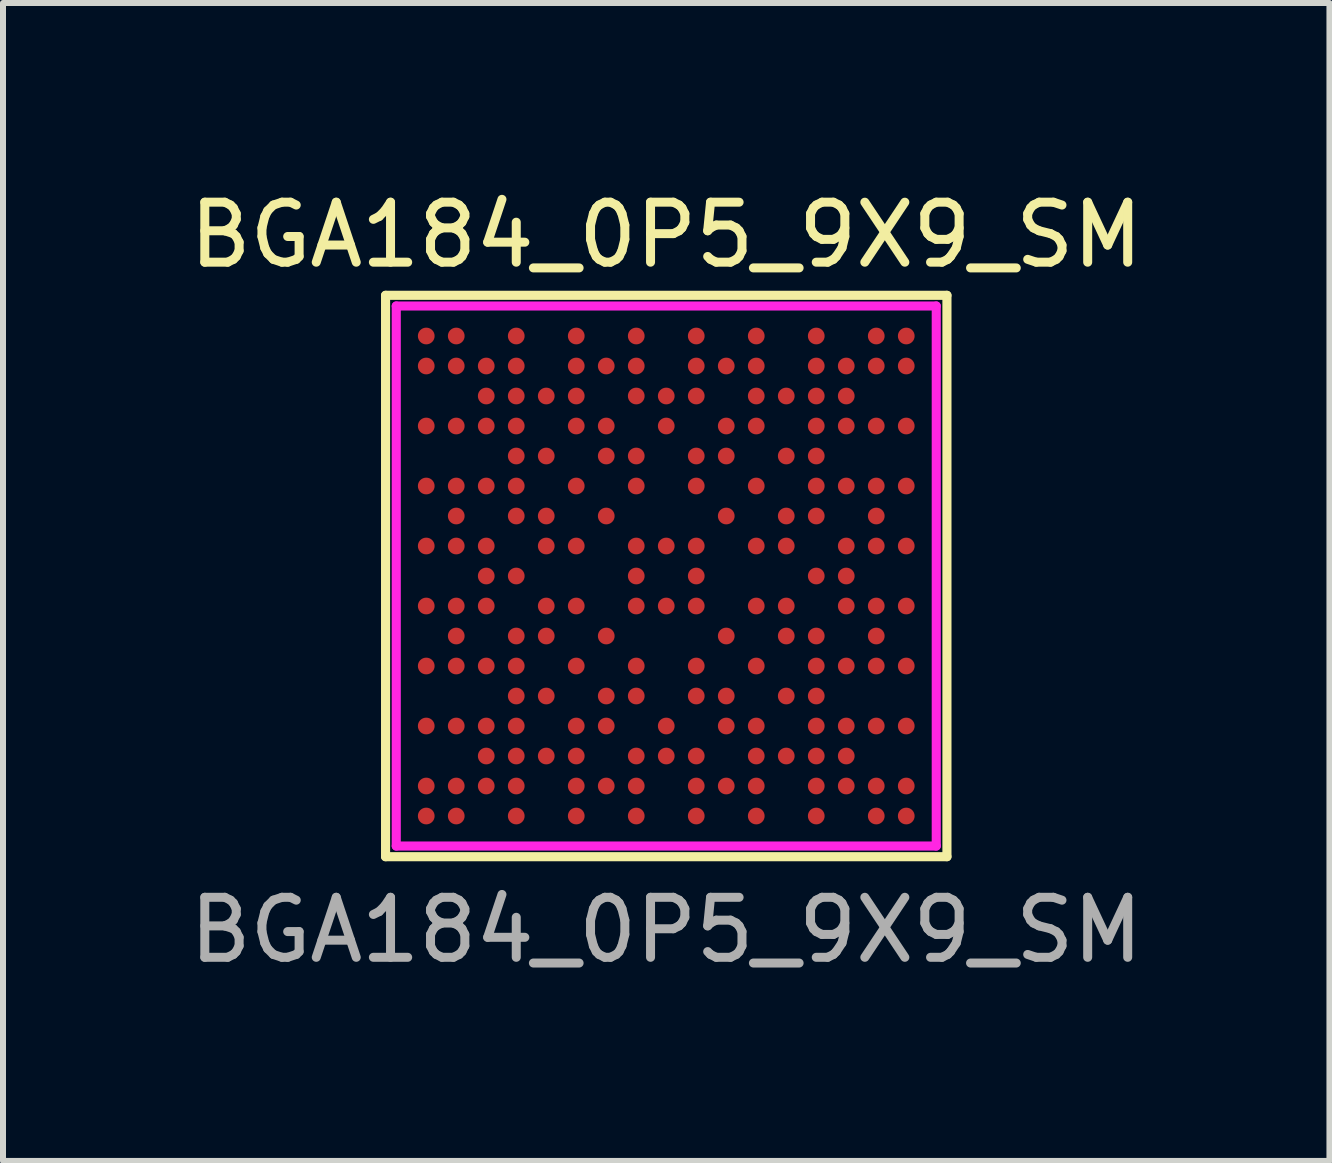
<source format=kicad_pcb>
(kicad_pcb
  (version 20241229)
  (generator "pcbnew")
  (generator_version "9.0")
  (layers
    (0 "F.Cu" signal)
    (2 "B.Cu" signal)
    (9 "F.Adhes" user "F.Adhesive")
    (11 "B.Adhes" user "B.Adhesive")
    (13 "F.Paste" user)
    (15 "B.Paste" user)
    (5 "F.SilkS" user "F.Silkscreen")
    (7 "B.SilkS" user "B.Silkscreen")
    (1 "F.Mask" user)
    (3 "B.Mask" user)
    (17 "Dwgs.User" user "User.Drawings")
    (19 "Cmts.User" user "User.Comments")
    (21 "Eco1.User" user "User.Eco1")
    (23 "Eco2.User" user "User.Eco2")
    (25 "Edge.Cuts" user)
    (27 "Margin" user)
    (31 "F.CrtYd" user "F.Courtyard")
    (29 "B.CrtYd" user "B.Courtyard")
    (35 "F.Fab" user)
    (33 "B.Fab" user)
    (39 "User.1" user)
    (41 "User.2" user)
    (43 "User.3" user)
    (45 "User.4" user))
  (footprint "BGA184_0P5_9X9_SM"
    (layer "F.Cu")
    (at 8.054 6.55)
    (property "Reference" "BGA184_0P5_9X9_SM" (at 0 -5.1 0) (unlocked yes) (layer "F.SilkS") (effects (font (size 1 1) (thickness 0.15)) (justify bottom)))
    (fp_line (start -4.678 -4.678) (end 4.678 -4.678) (stroke (width 0.152) (type solid)) (layer "F.SilkS"))
    (fp_line (start -4.678 4.678) (end -4.678 -4.678) (stroke (width 0.152) (type solid)) (layer "F.SilkS"))
    (fp_line (start -4.678 4.678) (end 4.678 4.678) (stroke (width 0.152) (type solid)) (layer "F.SilkS"))
    (fp_line (start 4.678 4.678) (end 4.678 -4.678) (stroke (width 0.152) (type solid)) (layer "F.SilkS"))
    (fp_line (start -4.5 -4.5) (end 4.5 -4.5) (stroke (width 0.152) (type solid)) (layer "Eco1.User"))
    (fp_line (start -4.5 4.5) (end -4.5 -4.5) (stroke (width 0.152) (type solid)) (layer "Eco1.User"))
    (fp_line (start -4.5 4.5) (end 4.5 4.5) (stroke (width 0.152) (type solid)) (layer "Eco1.User"))
    (fp_line (start 4.5 4.5) (end 4.5 -4.5) (stroke (width 0.152) (type solid)) (layer "Eco1.User"))
    (fp_line (start -4.5 -4.5) (end 4.5 -4.5) (stroke (width 0.152) (type solid)) (layer "F.CrtYd"))
    (fp_line (start -4.5 4.5) (end -4.5 -4.5) (stroke (width 0.152) (type solid)) (layer "F.CrtYd"))
    (fp_line (start -4.5 4.5) (end 4.5 4.5) (stroke (width 0.152) (type solid)) (layer "F.CrtYd"))
    (fp_line (start 4.5 4.5) (end 4.5 -4.5) (stroke (width 0.152) (type solid)) (layer "F.CrtYd"))
    (fp_line (start -4.5 4.5) (end 4.5 4.5) (stroke (width 0.025) (type solid)) (layer "User.5"))
    (fp_line (start -4.5 -4.5) (end 4.5 -4.5) (stroke (width 0.025) (type solid)) (layer "User.7"))
    (fp_line (start -4.5 4.5) (end -4.5 -4.5) (stroke (width 0.025) (type solid)) (layer "User.7"))
    (fp_line (start -4.5 4.5) (end 4.5 4.5) (stroke (width 0.025) (type solid)) (layer "User.7"))
    (fp_line (start 4.5 4.5) (end 4.5 -4.5) (stroke (width 0.025) (type solid)) (layer "User.7"))
    (fp_line (start -0.254 0) (end 0.254 0) (stroke (width 0.025) (type solid)) (layer "User.9"))
    (fp_line (start 0 0.254) (end 0 -0.254) (stroke (width 0.025) (type solid)) (layer "User.9"))
    (fp_text user "T8" (at -0.703 3.5 0) (unlocked yes) (layer "Eco1.User") (effects (font (size 0.254 0.254) (thickness 0.025)) (justify left bottom)))
    (fp_text user "K6" (at -1.703 0.5 0) (unlocked yes) (layer "Eco1.User") (effects (font (size 0.254 0.254) (thickness 0.025)) (justify left bottom)))
    (fp_text user "C6" (at -1.703 -3 0) (unlocked yes) (layer "Eco1.User") (effects (font (size 0.254 0.254) (thickness 0.025)) (justify left bottom)))
    (fp_text user "U2" (at -3.703 4 0) (unlocked yes) (layer "Eco1.User") (effects (font (size 0.254 0.254) (thickness 0.025)) (justify left bottom)))
    (fp_text user "U17" (at 3.695 4 0) (unlocked yes) (layer "Eco1.User") (effects (font (size 0.254 0.254) (thickness 0.025)) (justify left bottom)))
    (fp_text user "T7" (at -1.203 3.5 0) (unlocked yes) (layer "Eco1.User") (effects (font (size 0.254 0.254) (thickness 0.025)) (justify left bottom)))
    (fp_text user "E5" (at -2.203 -2 0) (unlocked yes) (layer "Eco1.User") (effects (font (size 0.254 0.254) (thickness 0.025)) (justify left bottom)))
    (fp_text user "B1" (at -4.203 -3.5 0) (unlocked yes) (layer "Eco1.User") (effects (font (size 0.254 0.254) (thickness 0.025)) (justify left bottom)))
    (fp_text user "K5" (at -2.203 0.5 0) (unlocked yes) (layer "Eco1.User") (effects (font (size 0.254 0.254) (thickness 0.025)) (justify left bottom)))
    (fp_text user "C13" (at 1.695 -3 0) (unlocked yes) (layer "Eco1.User") (effects (font (size 0.254 0.254) (thickness 0.025)) (justify left bottom)))
    (fp_text user "B8" (at -0.703 -3.5 0) (unlocked yes) (layer "Eco1.User") (effects (font (size 0.254 0.254) (thickness 0.025)) (justify left bottom)))
    (fp_text user "P1" (at -4.203 2.5 0) (unlocked yes) (layer "Eco1.User") (effects (font (size 0.254 0.254) (thickness 0.025)) (justify left bottom)))
    (fp_text user "B7" (at -1.203 -3.5 0) (unlocked yes) (layer "Eco1.User") (effects (font (size 0.254 0.254) (thickness 0.025)) (justify left bottom)))
    (fp_text user "T1" (at -4.203 3.5 0) (unlocked yes) (layer "Eco1.User") (effects (font (size 0.254 0.254) (thickness 0.025)) (justify left bottom)))
    (fp_text user "J15" (at 2.695 0 0) (unlocked yes) (layer "Eco1.User") (effects (font (size 0.254 0.254) (thickness 0.025)) (justify left bottom)))
    (fp_text user "L11" (at 0.695 1 0) (unlocked yes) (layer "Eco1.User") (effects (font (size 0.254 0.254) (thickness 0.025)) (justify left bottom)))
    (fp_text user "N11" (at 0.695 2 0) (unlocked yes) (layer "Eco1.User") (effects (font (size 0.254 0.254) (thickness 0.025)) (justify left bottom)))
    (fp_text user "B14" (at 2.195 -3.5 0) (unlocked yes) (layer "Eco1.User") (effects (font (size 0.254 0.254) (thickness 0.025)) (justify left bottom)))
    (fp_text user "G14" (at 2.195 -1 0) (unlocked yes) (layer "Eco1.User") (effects (font (size 0.254 0.254) (thickness 0.025)) (justify left bottom)))
    (fp_text user "T14" (at 2.195 3.5 0) (unlocked yes) (layer "Eco1.User") (effects (font (size 0.254 0.254) (thickness 0.025)) (justify left bottom)))
    (fp_text user "F1" (at -4.203 -1.5 0) (unlocked yes) (layer "Eco1.User") (effects (font (size 0.254 0.254) (thickness 0.025)) (justify left bottom)))
    (fp_text user "F2" (at -3.703 -1.5 0) (unlocked yes) (layer "Eco1.User") (effects (font (size 0.254 0.254) (thickness 0.025)) (justify left bottom)))
    (fp_text user "K2" (at -3.703 0.5 0) (unlocked yes) (layer "Eco1.User") (effects (font (size 0.254 0.254) (thickness 0.025)) (justify left bottom)))
    (fp_text user "H9" (at -0.203 -0.5 0) (unlocked yes) (layer "Eco1.User") (effects (font (size 0.254 0.254) (thickness 0.025)) (justify left bottom)))
    (fp_text user "N10" (at 0.195 2 0) (unlocked yes) (layer "Eco1.User") (effects (font (size 0.254 0.254) (thickness 0.025)) (justify left bottom)))
    (fp_text user "C12" (at 1.195 -3 0) (unlocked yes) (layer "Eco1.User") (effects (font (size 0.254 0.254) (thickness 0.025)) (justify left bottom)))
    (fp_text user "H13" (at 1.695 -0.5 0) (unlocked yes) (layer "Eco1.User") (effects (font (size 0.254 0.254) (thickness 0.025)) (justify left bottom)))
    (fp_text user "H15" (at 2.695 -0.5 0) (unlocked yes) (layer "Eco1.User") (effects (font (size 0.254 0.254) (thickness 0.025)) (justify left bottom)))
    (fp_text user "R13" (at 1.695 3 0) (unlocked yes) (layer "Eco1.User") (effects (font (size 0.254 0.254) (thickness 0.025)) (justify left bottom)))
    (fp_text user "H10" (at 0.195 -0.5 0) (unlocked yes) (layer "Eco1.User") (effects (font (size 0.254 0.254) (thickness 0.025)) (justify left bottom)))
    (fp_text user "E11" (at 0.695 -2 0) (unlocked yes) (layer "Eco1.User") (effects (font (size 0.254 0.254) (thickness 0.025)) (justify left bottom)))
    (fp_text user "D1" (at -4.203 -2.5 0) (unlocked yes) (layer "Eco1.User") (effects (font (size 0.254 0.254) (thickness 0.025)) (justify left bottom)))
    (fp_text user "R15" (at 2.695 3 0) (unlocked yes) (layer "Eco1.User") (effects (font (size 0.254 0.254) (thickness 0.025)) (justify left bottom)))
    (fp_text user "G2" (at -3.703 -1 0) (unlocked yes) (layer "Eco1.User") (effects (font (size 0.254 0.254) (thickness 0.025)) (justify left bottom)))
    (fp_text user "G4" (at -2.703 -1 0) (unlocked yes) (layer "Eco1.User") (effects (font (size 0.254 0.254) (thickness 0.025)) (justify left bottom)))
    (fp_text user "C8" (at -0.703 -3 0) (unlocked yes) (layer "Eco1.User") (effects (font (size 0.254 0.254) (thickness 0.025)) (justify left bottom)))
    (fp_text user "K1" (at -4.203 0.5 0) (unlocked yes) (layer "Eco1.User") (effects (font (size 0.254 0.254) (thickness 0.025)) (justify left bottom)))
    (fp_text user "E7" (at -1.203 -2 0) (unlocked yes) (layer "Eco1.User") (effects (font (size 0.254 0.254) (thickness 0.025)) (justify left bottom)))
    (fp_text user "K3" (at -3.203 0.5 0) (unlocked yes) (layer "Eco1.User") (effects (font (size 0.254 0.254) (thickness 0.025)) (justify left bottom)))
    (fp_text user "P4" (at -2.703 2.5 0) (unlocked yes) (layer "Eco1.User") (effects (font (size 0.254 0.254) (thickness 0.025)) (justify left bottom)))
    (fp_text user "D2" (at -3.703 -2.5 0) (unlocked yes) (layer "Eco1.User") (effects (font (size 0.254 0.254) (thickness 0.025)) (justify left bottom)))
    (fp_text user "B16" (at 3.195 -3.5 0) (unlocked yes) (layer "Eco1.User") (effects (font (size 0.254 0.254) (thickness 0.025)) (justify left bottom)))
    (fp_text user "A17" (at 3.695 -4 0) (unlocked yes) (layer "Eco1.User") (effects (font (size 0.254 0.254) (thickness 0.025)) (justify left bottom)))
    (fp_text user "R6" (at -1.703 3 0) (unlocked yes) (layer "Eco1.User") (effects (font (size 0.254 0.254) (thickness 0.025)) (justify left bottom)))
    (fp_text user "F10" (at 0.195 -1.5 0) (unlocked yes) (layer "Eco1.User") (effects (font (size 0.254 0.254) (thickness 0.025)) (justify left bottom)))
    (fp_text user "M8" (at -0.703 1.5 0) (unlocked yes) (layer "Eco1.User") (effects (font (size 0.254 0.254) (thickness 0.025)) (justify left bottom)))
    (fp_text user "B15" (at 2.695 -3.5 0) (unlocked yes) (layer "Eco1.User") (effects (font (size 0.254 0.254) (thickness 0.025)) (justify left bottom)))
    (fp_text user "B10" (at 0.195 -3.5 0) (unlocked yes) (layer "Eco1.User") (effects (font (size 0.254 0.254) (thickness 0.025)) (justify left bottom)))
    (fp_text user "K9" (at -0.203 0.5 0) (unlocked yes) (layer "Eco1.User") (effects (font (size 0.254 0.254) (thickness 0.025)) (justify left bottom)))
    (fp_text user "N4" (at -2.703 2 0) (unlocked yes) (layer "Eco1.User") (effects (font (size 0.254 0.254) (thickness 0.025)) (justify left bottom)))
    (fp_text user "F14" (at 2.195 -1.5 0) (unlocked yes) (layer "Eco1.User") (effects (font (size 0.254 0.254) (thickness 0.025)) (justify left bottom)))
    (fp_text user "L4" (at -2.703 1 0) (unlocked yes) (layer "Eco1.User") (effects (font (size 0.254 0.254) (thickness 0.025)) (justify left bottom)))
    (fp_text user "J10" (at 0.195 0 0) (unlocked yes) (layer "Eco1.User") (effects (font (size 0.254 0.254) (thickness 0.025)) (justify left bottom)))
    (fp_text user "D7" (at -1.203 -2.5 0) (unlocked yes) (layer "Eco1.User") (effects (font (size 0.254 0.254) (thickness 0.025)) (justify left bottom)))
    (fp_text user "H3" (at -3.203 -0.5 0) (unlocked yes) (layer "Eco1.User") (effects (font (size 0.254 0.254) (thickness 0.025)) (justify left bottom)))
    (fp_text user "A6" (at -1.703 -4 0) (unlocked yes) (layer "Eco1.User") (effects (font (size 0.254 0.254) (thickness 0.025)) (justify left bottom)))
    (fp_text user "T10" (at 0.195 3.5 0) (unlocked yes) (layer "Eco1.User") (effects (font (size 0.254 0.254) (thickness 0.025)) (justify left bottom)))
    (fp_text user "U10" (at 0.195 4 0) (unlocked yes) (layer "Eco1.User") (effects (font (size 0.254 0.254) (thickness 0.025)) (justify left bottom)))
    (fp_text user "M17" (at 3.695 1.5 0) (unlocked yes) (layer "Eco1.User") (effects (font (size 0.254 0.254) (thickness 0.025)) (justify left bottom)))
    (fp_text user "D6" (at -1.703 -2.5 0) (unlocked yes) (layer "Eco1.User") (effects (font (size 0.254 0.254) (thickness 0.025)) (justify left bottom)))
    (fp_text user "A4" (at -2.703 -4 0) (unlocked yes) (layer "Eco1.User") (effects (font (size 0.254 0.254) (thickness 0.025)) (justify left bottom)))
    (fp_text user "E14" (at 2.195 -2 0) (unlocked yes) (layer "Eco1.User") (effects (font (size 0.254 0.254) (thickness 0.025)) (justify left bottom)))
    (fp_text user "C9" (at -0.203 -3 0) (unlocked yes) (layer "Eco1.User") (effects (font (size 0.254 0.254) (thickness 0.025)) (justify left bottom)))
    (fp_text user "M3" (at -3.203 1.5 0) (unlocked yes) (layer "Eco1.User") (effects (font (size 0.254 0.254) (thickness 0.025)) (justify left bottom)))
    (fp_text user "N14" (at 2.195 2 0) (unlocked yes) (layer "Eco1.User") (effects (font (size 0.254 0.254) (thickness 0.025)) (justify left bottom)))
    (fp_text user "C10" (at 0.195 -3 0) (unlocked yes) (layer "Eco1.User") (effects (font (size 0.254 0.254) (thickness 0.025)) (justify left bottom)))
    (fp_text user "J3" (at -3.203 0 0) (unlocked yes) (layer "Eco1.User") (effects (font (size 0.254 0.254) (thickness 0.025)) (justify left bottom)))
    (fp_text user "T12" (at 1.195 3.5 0) (unlocked yes) (layer "Eco1.User") (effects (font (size 0.254 0.254) (thickness 0.025)) (justify left bottom)))
    (fp_text user "P11" (at 0.695 2.5 0) (unlocked yes) (layer "Eco1.User") (effects (font (size 0.254 0.254) (thickness 0.025)) (justify left bottom)))
    (fp_text user "F12" (at 1.195 -1.5 0) (unlocked yes) (layer "Eco1.User") (effects (font (size 0.254 0.254) (thickness 0.025)) (justify left bottom)))
    (fp_text user "H1" (at -4.203 -0.5 0) (unlocked yes) (layer "Eco1.User") (effects (font (size 0.254 0.254) (thickness 0.025)) (justify left bottom)))
    (fp_text user "K16" (at 3.195 0.5 0) (unlocked yes) (layer "Eco1.User") (effects (font (size 0.254 0.254) (thickness 0.025)) (justify left bottom)))
    (fp_text user "T11" (at 0.695 3.5 0) (unlocked yes) (layer "Eco1.User") (effects (font (size 0.254 0.254) (thickness 0.025)) (justify left bottom)))
    (fp_text user "P14" (at 2.195 2.5 0) (unlocked yes) (layer "Eco1.User") (effects (font (size 0.254 0.254) (thickness 0.025)) (justify left bottom)))
    (fp_text user "F4" (at -2.703 -1.5 0) (unlocked yes) (layer "Eco1.User") (effects (font (size 0.254 0.254) (thickness 0.025)) (justify left bottom)))
    (fp_text user "T15" (at 2.695 3.5 0) (unlocked yes) (layer "Eco1.User") (effects (font (size 0.254 0.254) (thickness 0.025)) (justify left bottom)))
    (fp_text user "T17" (at 3.695 3.5 0) (unlocked yes) (layer "Eco1.User") (effects (font (size 0.254 0.254) (thickness 0.025)) (justify left bottom)))
    (fp_text user "A8" (at -0.703 -4 0) (unlocked yes) (layer "Eco1.User") (effects (font (size 0.254 0.254) (thickness 0.025)) (justify left bottom)))
    (fp_text user "P6" (at -1.703 2.5 0) (unlocked yes) (layer "Eco1.User") (effects (font (size 0.254 0.254) (thickness 0.025)) (justify left bottom)))
    (fp_text user "U6" (at -1.703 4 0) (unlocked yes) (layer "Eco1.User") (effects (font (size 0.254 0.254) (thickness 0.025)) (justify left bottom)))
    (fp_text user "M15" (at 2.695 1.5 0) (unlocked yes) (layer "Eco1.User") (effects (font (size 0.254 0.254) (thickness 0.025)) (justify left bottom)))
    (fp_text user "R4" (at -2.703 3 0) (unlocked yes) (layer "Eco1.User") (effects (font (size 0.254 0.254) (thickness 0.025)) (justify left bottom)))
    (fp_text user "U14" (at 2.195 4 0) (unlocked yes) (layer "Eco1.User") (effects (font (size 0.254 0.254) (thickness 0.025)) (justify left bottom)))
    (fp_text user "H2" (at -3.703 -0.5 0) (unlocked yes) (layer "Eco1.User") (effects (font (size 0.254 0.254) (thickness 0.025)) (justify left bottom)))
    (fp_text user "D11" (at 0.695 -2.5 0) (unlocked yes) (layer "Eco1.User") (effects (font (size 0.254 0.254) (thickness 0.025)) (justify left bottom)))
    (fp_text user "T3" (at -3.203 3.5 0) (unlocked yes) (layer "Eco1.User") (effects (font (size 0.254 0.254) (thickness 0.025)) (justify left bottom)))
    (fp_text user "F6" (at -1.703 -1.5 0) (unlocked yes) (layer "Eco1.User") (effects (font (size 0.254 0.254) (thickness 0.025)) (justify left bottom)))
    (fp_text user "G13" (at 1.695 -1 0) (unlocked yes) (layer "Eco1.User") (effects (font (size 0.254 0.254) (thickness 0.025)) (justify left bottom)))
    (fp_text user "M10" (at 0.195 1.5 0) (unlocked yes) (layer "Eco1.User") (effects (font (size 0.254 0.254) (thickness 0.025)) (justify left bottom)))
    (fp_text user "C14" (at 2.195 -3 0) (unlocked yes) (layer "Eco1.User") (effects (font (size 0.254 0.254) (thickness 0.025)) (justify left bottom)))
    (fp_text user "R3" (at -3.203 3 0) (unlocked yes) (layer "Eco1.User") (effects (font (size 0.254 0.254) (thickness 0.025)) (justify left bottom)))
    (fp_text user "K12" (at 1.195 0.5 0) (unlocked yes) (layer "Eco1.User") (effects (font (size 0.254 0.254) (thickness 0.025)) (justify left bottom)))
    (fp_text user "A1" (at -4.203 -4 0) (unlocked yes) (layer "Eco1.User") (effects (font (size 0.254 0.254) (thickness 0.025)) (justify left bottom)))
    (fp_text user "K10" (at 0.195 0.5 0) (unlocked yes) (layer "Eco1.User") (effects (font (size 0.254 0.254) (thickness 0.025)) (justify left bottom)))
    (fp_text user "H12" (at 1.195 -0.5 0) (unlocked yes) (layer "Eco1.User") (effects (font (size 0.254 0.254) (thickness 0.025)) (justify left bottom)))
    (fp_text user "E8" (at -0.703 -2 0) (unlocked yes) (layer "Eco1.User") (effects (font (size 0.254 0.254) (thickness 0.025)) (justify left bottom)))
    (fp_text user "D15" (at 2.695 -2.5 0) (unlocked yes) (layer "Eco1.User") (effects (font (size 0.254 0.254) (thickness 0.025)) (justify left bottom)))
    (fp_text user "E4" (at -2.703 -2 0) (unlocked yes) (layer "Eco1.User") (effects (font (size 0.254 0.254) (thickness 0.025)) (justify left bottom)))
    (fp_text user "C3" (at -3.203 -3 0) (unlocked yes) (layer "Eco1.User") (effects (font (size 0.254 0.254) (thickness 0.025)) (justify left bottom)))
    (fp_text user "N5" (at -2.203 2 0) (unlocked yes) (layer "Eco1.User") (effects (font (size 0.254 0.254) (thickness 0.025)) (justify left bottom)))
    (fp_text user "K15" (at 2.695 0.5 0) (unlocked yes) (layer "Eco1.User") (effects (font (size 0.254 0.254) (thickness 0.025)) (justify left bottom)))
    (fp_text user "F17" (at 3.695 -1.5 0) (unlocked yes) (layer "Eco1.User") (effects (font (size 0.254 0.254) (thickness 0.025)) (justify left bottom)))
    (fp_text user "C5" (at -2.203 -3 0) (unlocked yes) (layer "Eco1.User") (effects (font (size 0.254 0.254) (thickness 0.025)) (justify left bottom)))
    (fp_text user "G16" (at 3.195 -1 0) (unlocked yes) (layer "Eco1.User") (effects (font (size 0.254 0.254) (thickness 0.025)) (justify left bottom)))
    (fp_text user "F8" (at -0.703 -1.5 0) (unlocked yes) (layer "Eco1.User") (effects (font (size 0.254 0.254) (thickness 0.025)) (justify left bottom)))
    (fp_text user "T2" (at -3.703 3.5 0) (unlocked yes) (layer "Eco1.User") (effects (font (size 0.254 0.254) (thickness 0.025)) (justify left bottom)))
    (fp_text user "M2" (at -3.703 1.5 0) (unlocked yes) (layer "Eco1.User") (effects (font (size 0.254 0.254) (thickness 0.025)) (justify left bottom)))
    (fp_text user "M6" (at -1.703 1.5 0) (unlocked yes) (layer "Eco1.User") (effects (font (size 0.254 0.254) (thickness 0.025)) (justify left bottom)))
    (fp_text user "A12" (at 1.195 -4 0) (unlocked yes) (layer "Eco1.User") (effects (font (size 0.254 0.254) (thickness 0.025)) (justify left bottom)))
    (fp_text user "H6" (at -1.703 -0.5 0) (unlocked yes) (layer "Eco1.User") (effects (font (size 0.254 0.254) (thickness 0.025)) (justify left bottom)))
    (fp_text user "B6" (at -1.703 -3.5 0) (unlocked yes) (layer "Eco1.User") (effects (font (size 0.254 0.254) (thickness 0.025)) (justify left bottom)))
    (fp_text user "D12" (at 1.195 -2.5 0) (unlocked yes) (layer "Eco1.User") (effects (font (size 0.254 0.254) (thickness 0.025)) (justify left bottom)))
    (fp_text user "D4" (at -2.703 -2.5 0) (unlocked yes) (layer "Eco1.User") (effects (font (size 0.254 0.254) (thickness 0.025)) (justify left bottom)))
    (fp_text user "M16" (at 3.195 1.5 0) (unlocked yes) (layer "Eco1.User") (effects (font (size 0.254 0.254) (thickness 0.025)) (justify left bottom)))
    (fp_text user "N13" (at 1.695 2 0) (unlocked yes) (layer "Eco1.User") (effects (font (size 0.254 0.254) (thickness 0.025)) (justify left bottom)))
    (fp_text user "B3" (at -3.203 -3.5 0) (unlocked yes) (layer "Eco1.User") (effects (font (size 0.254 0.254) (thickness 0.025)) (justify left bottom)))
    (fp_text user "H5" (at -2.203 -0.5 0) (unlocked yes) (layer "Eco1.User") (effects (font (size 0.254 0.254) (thickness 0.025)) (justify left bottom)))
    (fp_text user "U16" (at 3.195 4 0) (unlocked yes) (layer "Eco1.User") (effects (font (size 0.254 0.254) (thickness 0.025)) (justify left bottom)))
    (fp_text user "U12" (at 1.195 4 0) (unlocked yes) (layer "Eco1.User") (effects (font (size 0.254 0.254) (thickness 0.025)) (justify left bottom)))
    (fp_text user "P17" (at 3.695 2.5 0) (unlocked yes) (layer "Eco1.User") (effects (font (size 0.254 0.254) (thickness 0.025)) (justify left bottom)))
    (fp_text user "D17" (at 3.695 -2.5 0) (unlocked yes) (layer "Eco1.User") (effects (font (size 0.254 0.254) (thickness 0.025)) (justify left bottom)))
    (fp_text user "T6" (at -1.703 3.5 0) (unlocked yes) (layer "Eco1.User") (effects (font (size 0.254 0.254) (thickness 0.025)) (justify left bottom)))
    (fp_text user "C15" (at 2.695 -3 0) (unlocked yes) (layer "Eco1.User") (effects (font (size 0.254 0.254) (thickness 0.025)) (justify left bottom)))
    (fp_text user "P15" (at 2.695 2.5 0) (unlocked yes) (layer "Eco1.User") (effects (font (size 0.254 0.254) (thickness 0.025)) (justify left bottom)))
    (fp_text user "R12" (at 1.195 3 0) (unlocked yes) (layer "Eco1.User") (effects (font (size 0.254 0.254) (thickness 0.025)) (justify left bottom)))
    (fp_text user "L5" (at -2.203 1 0) (unlocked yes) (layer "Eco1.User") (effects (font (size 0.254 0.254) (thickness 0.025)) (justify left bottom)))
    (fp_text user "P7" (at -1.203 2.5 0) (unlocked yes) (layer "Eco1.User") (effects (font (size 0.254 0.254) (thickness 0.025)) (justify left bottom)))
    (fp_text user "U4" (at -2.703 4 0) (unlocked yes) (layer "Eco1.User") (effects (font (size 0.254 0.254) (thickness 0.025)) (justify left bottom)))
    (fp_text user "A16" (at 3.195 -4 0) (unlocked yes) (layer "Eco1.User") (effects (font (size 0.254 0.254) (thickness 0.025)) (justify left bottom)))
    (fp_text user "F3" (at -3.203 -1.5 0) (unlocked yes) (layer "Eco1.User") (effects (font (size 0.254 0.254) (thickness 0.025)) (justify left bottom)))
    (fp_text user "L14" (at 2.195 1 0) (unlocked yes) (layer "Eco1.User") (effects (font (size 0.254 0.254) (thickness 0.025)) (justify left bottom)))
    (fp_text user "P2" (at -3.703 2.5 0) (unlocked yes) (layer "Eco1.User") (effects (font (size 0.254 0.254) (thickness 0.025)) (justify left bottom)))
    (fp_text user "B11" (at 0.695 -3.5 0) (unlocked yes) (layer "Eco1.User") (effects (font (size 0.254 0.254) (thickness 0.025)) (justify left bottom)))
    (fp_text user "E10" (at 0.195 -2 0) (unlocked yes) (layer "Eco1.User") (effects (font (size 0.254 0.254) (thickness 0.025)) (justify left bottom)))
    (fp_text user "E13" (at 1.695 -2 0) (unlocked yes) (layer "Eco1.User") (effects (font (size 0.254 0.254) (thickness 0.025)) (justify left bottom)))
    (fp_text user "M4" (at -2.703 1.5 0) (unlocked yes) (layer "Eco1.User") (effects (font (size 0.254 0.254) (thickness 0.025)) (justify left bottom)))
    (fp_text user "U8" (at -0.703 4 0) (unlocked yes) (layer "Eco1.User") (effects (font (size 0.254 0.254) (thickness 0.025)) (justify left bottom)))
    (fp_text user "N8" (at -0.703 2 0) (unlocked yes) (layer "Eco1.User") (effects (font (size 0.254 0.254) (thickness 0.025)) (justify left bottom)))
    (fp_text user "R5" (at -2.203 3 0) (unlocked yes) (layer "Eco1.User") (effects (font (size 0.254 0.254) (thickness 0.025)) (justify left bottom)))
    (fp_text user "G5" (at -2.203 -1 0) (unlocked yes) (layer "Eco1.User") (effects (font (size 0.254 0.254) (thickness 0.025)) (justify left bottom)))
    (fp_text user "L13" (at 1.695 1 0) (unlocked yes) (layer "Eco1.User") (effects (font (size 0.254 0.254) (thickness 0.025)) (justify left bottom)))
    (fp_text user "M12" (at 1.195 1.5 0) (unlocked yes) (layer "Eco1.User") (effects (font (size 0.254 0.254) (thickness 0.025)) (justify left bottom)))
    (fp_text user "U1" (at -4.203 4 0) (unlocked yes) (layer "Eco1.User") (effects (font (size 0.254 0.254) (thickness 0.025)) (justify left bottom)))
    (fp_text user "C4" (at -2.703 -3 0) (unlocked yes) (layer "Eco1.User") (effects (font (size 0.254 0.254) (thickness 0.025)) (justify left bottom)))
    (fp_text user "T16" (at 3.195 3.5 0) (unlocked yes) (layer "Eco1.User") (effects (font (size 0.254 0.254) (thickness 0.025)) (justify left bottom)))
    (fp_text user "K13" (at 1.695 0.5 0) (unlocked yes) (layer "Eco1.User") (effects (font (size 0.254 0.254) (thickness 0.025)) (justify left bottom)))
    (fp_text user "N7" (at -1.203 2 0) (unlocked yes) (layer "Eco1.User") (effects (font (size 0.254 0.254) (thickness 0.025)) (justify left bottom)))
    (fp_text user "M14" (at 2.195 1.5 0) (unlocked yes) (layer "Eco1.User") (effects (font (size 0.254 0.254) (thickness 0.025)) (justify left bottom)))
    (fp_text user "D14" (at 2.195 -2.5 0) (unlocked yes) (layer "Eco1.User") (effects (font (size 0.254 0.254) (thickness 0.025)) (justify left bottom)))
    (fp_text user "R10" (at 0.195 3 0) (unlocked yes) (layer "Eco1.User") (effects (font (size 0.254 0.254) (thickness 0.025)) (justify left bottom)))
    (fp_text user "L7" (at -1.203 1 0) (unlocked yes) (layer "Eco1.User") (effects (font (size 0.254 0.254) (thickness 0.025)) (justify left bottom)))
    (fp_text user "K17" (at 3.695 0.5 0) (unlocked yes) (layer "Eco1.User") (effects (font (size 0.254 0.254) (thickness 0.025)) (justify left bottom)))
    (fp_text user "F15" (at 2.695 -1.5 0) (unlocked yes) (layer "Eco1.User") (effects (font (size 0.254 0.254) (thickness 0.025)) (justify left bottom)))
    (fp_text user "H8" (at -0.703 -0.5 0) (unlocked yes) (layer "Eco1.User") (effects (font (size 0.254 0.254) (thickness 0.025)) (justify left bottom)))
    (fp_text user "G7" (at -1.203 -1 0) (unlocked yes) (layer "Eco1.User") (effects (font (size 0.254 0.254) (thickness 0.025)) (justify left bottom)))
    (fp_text user "A14" (at 2.195 -4 0) (unlocked yes) (layer "Eco1.User") (effects (font (size 0.254 0.254) (thickness 0.025)) (justify left bottom)))
    (fp_text user "J14" (at 2.195 0 0) (unlocked yes) (layer "Eco1.User") (effects (font (size 0.254 0.254) (thickness 0.025)) (justify left bottom)))
    (fp_text user "B12" (at 1.195 -3.5 0) (unlocked yes) (layer "Eco1.User") (effects (font (size 0.254 0.254) (thickness 0.025)) (justify left bottom)))
    (fp_text user "H17" (at 3.695 -0.5 0) (unlocked yes) (layer "Eco1.User") (effects (font (size 0.254 0.254) (thickness 0.025)) (justify left bottom)))
    (fp_text user "R14" (at 2.195 3 0) (unlocked yes) (layer "Eco1.User") (effects (font (size 0.254 0.254) (thickness 0.025)) (justify left bottom)))
    (fp_text user "M1" (at -4.203 1.5 0) (unlocked yes) (layer "Eco1.User") (effects (font (size 0.254 0.254) (thickness 0.025)) (justify left bottom)))
    (fp_text user "T4" (at -2.703 3.5 0) (unlocked yes) (layer "Eco1.User") (effects (font (size 0.254 0.254) (thickness 0.025)) (justify left bottom)))
    (fp_text user "F16" (at 3.195 -1.5 0) (unlocked yes) (layer "Eco1.User") (effects (font (size 0.254 0.254) (thickness 0.025)) (justify left bottom)))
    (fp_text user "B4" (at -2.703 -3.5 0) (unlocked yes) (layer "Eco1.User") (effects (font (size 0.254 0.254) (thickness 0.025)) (justify left bottom)))
    (fp_text user "L2" (at -3.703 1 0) (unlocked yes) (layer "Eco1.User") (effects (font (size 0.254 0.254) (thickness 0.025)) (justify left bottom)))
    (fp_text user "P12" (at 1.195 2.5 0) (unlocked yes) (layer "Eco1.User") (effects (font (size 0.254 0.254) (thickness 0.025)) (justify left bottom)))
    (fp_text user "P3" (at -3.203 2.5 0) (unlocked yes) (layer "Eco1.User") (effects (font (size 0.254 0.254) (thickness 0.025)) (justify left bottom)))
    (fp_text user "P9" (at -0.203 2.5 0) (unlocked yes) (layer "Eco1.User") (effects (font (size 0.254 0.254) (thickness 0.025)) (justify left bottom)))
    (fp_text user "J8" (at -0.703 0 0) (unlocked yes) (layer "Eco1.User") (effects (font (size 0.254 0.254) (thickness 0.025)) (justify left bottom)))
    (fp_text user "B2" (at -3.703 -3.5 0) (unlocked yes) (layer "Eco1.User") (effects (font (size 0.254 0.254) (thickness 0.025)) (justify left bottom)))
    (fp_text user "L16" (at 3.195 1 0) (unlocked yes) (layer "Eco1.User") (effects (font (size 0.254 0.254) (thickness 0.025)) (justify left bottom)))
    (fp_text user "R9" (at -0.203 3 0) (unlocked yes) (layer "Eco1.User") (effects (font (size 0.254 0.254) (thickness 0.025)) (justify left bottom)))
    (fp_text user "D9" (at -0.203 -2.5 0) (unlocked yes) (layer "Eco1.User") (effects (font (size 0.254 0.254) (thickness 0.025)) (justify left bottom)))
    (fp_text user "A10" (at 0.195 -4 0) (unlocked yes) (layer "Eco1.User") (effects (font (size 0.254 0.254) (thickness 0.025)) (justify left bottom)))
    (fp_text user "H16" (at 3.195 -0.5 0) (unlocked yes) (layer "Eco1.User") (effects (font (size 0.254 0.254) (thickness 0.025)) (justify left bottom)))
    (fp_text user "J4" (at -2.703 0 0) (unlocked yes) (layer "Eco1.User") (effects (font (size 0.254 0.254) (thickness 0.025)) (justify left bottom)))
    (fp_text user "D3" (at -3.203 -2.5 0) (unlocked yes) (layer "Eco1.User") (effects (font (size 0.254 0.254) (thickness 0.025)) (justify left bottom)))
    (fp_text user "R8" (at -0.703 3 0) (unlocked yes) (layer "Eco1.User") (effects (font (size 0.254 0.254) (thickness 0.025)) (justify left bottom)))
    (fp_text user "K8" (at -0.703 0.5 0) (unlocked yes) (layer "Eco1.User") (effects (font (size 0.254 0.254) (thickness 0.025)) (justify left bottom)))
    (fp_text user "D16" (at 3.195 -2.5 0) (unlocked yes) (layer "Eco1.User") (effects (font (size 0.254 0.254) (thickness 0.025)) (justify left bottom)))
    (fp_text user "A2" (at -3.703 -4 0) (unlocked yes) (layer "Eco1.User") (effects (font (size 0.254 0.254) (thickness 0.025)) (justify left bottom)))
    (fp_text user "B17" (at 3.695 -3.5 0) (unlocked yes) (layer "Eco1.User") (effects (font (size 0.254 0.254) (thickness 0.025)) (justify left bottom)))
    (fp_text user "G11" (at 0.695 -1 0) (unlocked yes) (layer "Eco1.User") (effects (font (size 0.254 0.254) (thickness 0.025)) (justify left bottom)))
    (fp_text user "P16" (at 3.195 2.5 0) (unlocked yes) (layer "Eco1.User") (effects (font (size 0.254 0.254) (thickness 0.025)) (justify left bottom)))
    (fp_text user "${REFERENCE}" (at 0 5.9 0) (layer "F.Fab") (effects (font (size 1 1) (thickness 0.15))))
    (pad "A1" smd circle (at -4 -4) (size 0.279 0.279) (layers "F.Cu" "F.Mask" "F.Paste"))
    (pad "A2" smd circle (at -3.5 -4) (size 0.279 0.279) (layers "F.Cu" "F.Mask" "F.Paste"))
    (pad "A4" smd circle (at -2.5 -4) (size 0.279 0.279) (layers "F.Cu" "F.Mask" "F.Paste"))
    (pad "A6" smd circle (at -1.5 -4) (size 0.279 0.279) (layers "F.Cu" "F.Mask" "F.Paste"))
    (pad "A8" smd circle (at -0.5 -4) (size 0.279 0.279) (layers "F.Cu" "F.Mask" "F.Paste"))
    (pad "A10" smd circle (at 0.5 -4) (size 0.279 0.279) (layers "F.Cu" "F.Mask" "F.Paste"))
    (pad "A12" smd circle (at 1.5 -4) (size 0.279 0.279) (layers "F.Cu" "F.Mask" "F.Paste"))
    (pad "A14" smd circle (at 2.5 -4) (size 0.279 0.279) (layers "F.Cu" "F.Mask" "F.Paste"))
    (pad "A16" smd circle (at 3.5 -4) (size 0.279 0.279) (layers "F.Cu" "F.Mask" "F.Paste"))
    (pad "A17" smd circle (at 4 -4) (size 0.279 0.279) (layers "F.Cu" "F.Mask" "F.Paste"))
    (pad "B1" smd circle (at -4 -3.5) (size 0.279 0.279) (layers "F.Cu" "F.Mask" "F.Paste"))
    (pad "B2" smd circle (at -3.5 -3.5) (size 0.279 0.279) (layers "F.Cu" "F.Mask" "F.Paste"))
    (pad "B3" smd circle (at -3 -3.5) (size 0.279 0.279) (layers "F.Cu" "F.Mask" "F.Paste"))
    (pad "B4" smd circle (at -2.5 -3.5) (size 0.279 0.279) (layers "F.Cu" "F.Mask" "F.Paste"))
    (pad "B6" smd circle (at -1.5 -3.5) (size 0.279 0.279) (layers "F.Cu" "F.Mask" "F.Paste"))
    (pad "B7" smd circle (at -1 -3.5) (size 0.279 0.279) (layers "F.Cu" "F.Mask" "F.Paste"))
    (pad "B8" smd circle (at -0.5 -3.5) (size 0.279 0.279) (layers "F.Cu" "F.Mask" "F.Paste"))
    (pad "B10" smd circle (at 0.5 -3.5) (size 0.279 0.279) (layers "F.Cu" "F.Mask" "F.Paste"))
    (pad "B11" smd circle (at 1 -3.5) (size 0.279 0.279) (layers "F.Cu" "F.Mask" "F.Paste"))
    (pad "B12" smd circle (at 1.5 -3.5) (size 0.279 0.279) (layers "F.Cu" "F.Mask" "F.Paste"))
    (pad "B14" smd circle (at 2.5 -3.5) (size 0.279 0.279) (layers "F.Cu" "F.Mask" "F.Paste"))
    (pad "B15" smd circle (at 3 -3.5) (size 0.279 0.279) (layers "F.Cu" "F.Mask" "F.Paste"))
    (pad "B16" smd circle (at 3.5 -3.5) (size 0.279 0.279) (layers "F.Cu" "F.Mask" "F.Paste"))
    (pad "B17" smd circle (at 4 -3.5) (size 0.279 0.279) (layers "F.Cu" "F.Mask" "F.Paste"))
    (pad "C3" smd circle (at -3 -3) (size 0.279 0.279) (layers "F.Cu" "F.Mask" "F.Paste"))
    (pad "C4" smd circle (at -2.5 -3) (size 0.279 0.279) (layers "F.Cu" "F.Mask" "F.Paste"))
    (pad "C5" smd circle (at -2 -3) (size 0.279 0.279) (layers "F.Cu" "F.Mask" "F.Paste"))
    (pad "C6" smd circle (at -1.5 -3) (size 0.279 0.279) (layers "F.Cu" "F.Mask" "F.Paste"))
    (pad "C8" smd circle (at -0.5 -3) (size 0.279 0.279) (layers "F.Cu" "F.Mask" "F.Paste"))
    (pad "C9" smd circle (at 0 -3) (size 0.279 0.279) (layers "F.Cu" "F.Mask" "F.Paste"))
    (pad "C10" smd circle (at 0.5 -3) (size 0.279 0.279) (layers "F.Cu" "F.Mask" "F.Paste"))
    (pad "C12" smd circle (at 1.5 -3) (size 0.279 0.279) (layers "F.Cu" "F.Mask" "F.Paste"))
    (pad "C13" smd circle (at 2 -3) (size 0.279 0.279) (layers "F.Cu" "F.Mask" "F.Paste"))
    (pad "C14" smd circle (at 2.5 -3) (size 0.279 0.279) (layers "F.Cu" "F.Mask" "F.Paste"))
    (pad "C15" smd circle (at 3 -3) (size 0.279 0.279) (layers "F.Cu" "F.Mask" "F.Paste"))
    (pad "D1" smd circle (at -4 -2.5) (size 0.279 0.279) (layers "F.Cu" "F.Mask" "F.Paste"))
    (pad "D2" smd circle (at -3.5 -2.5) (size 0.279 0.279) (layers "F.Cu" "F.Mask" "F.Paste"))
    (pad "D3" smd circle (at -3 -2.5) (size 0.279 0.279) (layers "F.Cu" "F.Mask" "F.Paste"))
    (pad "D4" smd circle (at -2.5 -2.5) (size 0.279 0.279) (layers "F.Cu" "F.Mask" "F.Paste"))
    (pad "D6" smd circle (at -1.5 -2.5) (size 0.279 0.279) (layers "F.Cu" "F.Mask" "F.Paste"))
    (pad "D7" smd circle (at -1 -2.5) (size 0.279 0.279) (layers "F.Cu" "F.Mask" "F.Paste"))
    (pad "D9" smd circle (at 0 -2.5) (size 0.279 0.279) (layers "F.Cu" "F.Mask" "F.Paste"))
    (pad "D11" smd circle (at 1 -2.5) (size 0.279 0.279) (layers "F.Cu" "F.Mask" "F.Paste"))
    (pad "D12" smd circle (at 1.5 -2.5) (size 0.279 0.279) (layers "F.Cu" "F.Mask" "F.Paste"))
    (pad "D14" smd circle (at 2.5 -2.5) (size 0.279 0.279) (layers "F.Cu" "F.Mask" "F.Paste"))
    (pad "D15" smd circle (at 3 -2.5) (size 0.279 0.279) (layers "F.Cu" "F.Mask" "F.Paste"))
    (pad "D16" smd circle (at 3.5 -2.5) (size 0.279 0.279) (layers "F.Cu" "F.Mask" "F.Paste"))
    (pad "D17" smd circle (at 4 -2.5) (size 0.279 0.279) (layers "F.Cu" "F.Mask" "F.Paste"))
    (pad "E4" smd circle (at -2.5 -2) (size 0.279 0.279) (layers "F.Cu" "F.Mask" "F.Paste"))
    (pad "E5" smd circle (at -2 -2) (size 0.279 0.279) (layers "F.Cu" "F.Mask" "F.Paste"))
    (pad "E7" smd circle (at -1 -2) (size 0.279 0.279) (layers "F.Cu" "F.Mask" "F.Paste"))
    (pad "E8" smd circle (at -0.5 -2) (size 0.279 0.279) (layers "F.Cu" "F.Mask" "F.Paste"))
    (pad "E10" smd circle (at 0.5 -2) (size 0.279 0.279) (layers "F.Cu" "F.Mask" "F.Paste"))
    (pad "E11" smd circle (at 1 -2) (size 0.279 0.279) (layers "F.Cu" "F.Mask" "F.Paste"))
    (pad "E13" smd circle (at 2 -2) (size 0.279 0.279) (layers "F.Cu" "F.Mask" "F.Paste"))
    (pad "E14" smd circle (at 2.5 -2) (size 0.279 0.279) (layers "F.Cu" "F.Mask" "F.Paste"))
    (pad "F1" smd circle (at -4 -1.5) (size 0.279 0.279) (layers "F.Cu" "F.Mask" "F.Paste"))
    (pad "F2" smd circle (at -3.5 -1.5) (size 0.279 0.279) (layers "F.Cu" "F.Mask" "F.Paste"))
    (pad "F3" smd circle (at -3 -1.5) (size 0.279 0.279) (layers "F.Cu" "F.Mask" "F.Paste"))
    (pad "F4" smd circle (at -2.5 -1.5) (size 0.279 0.279) (layers "F.Cu" "F.Mask" "F.Paste"))
    (pad "F6" smd circle (at -1.5 -1.5) (size 0.279 0.279) (layers "F.Cu" "F.Mask" "F.Paste"))
    (pad "F8" smd circle (at -0.5 -1.5) (size 0.279 0.279) (layers "F.Cu" "F.Mask" "F.Paste"))
    (pad "F10" smd circle (at 0.5 -1.5) (size 0.279 0.279) (layers "F.Cu" "F.Mask" "F.Paste"))
    (pad "F12" smd circle (at 1.5 -1.5) (size 0.279 0.279) (layers "F.Cu" "F.Mask" "F.Paste"))
    (pad "F14" smd circle (at 2.5 -1.5) (size 0.279 0.279) (layers "F.Cu" "F.Mask" "F.Paste"))
    (pad "F15" smd circle (at 3 -1.5) (size 0.279 0.279) (layers "F.Cu" "F.Mask" "F.Paste"))
    (pad "F16" smd circle (at 3.5 -1.5) (size 0.279 0.279) (layers "F.Cu" "F.Mask" "F.Paste"))
    (pad "F17" smd circle (at 4 -1.5) (size 0.279 0.279) (layers "F.Cu" "F.Mask" "F.Paste"))
    (pad "G2" smd circle (at -3.5 -1) (size 0.279 0.279) (layers "F.Cu" "F.Mask" "F.Paste"))
    (pad "G4" smd circle (at -2.5 -1) (size 0.279 0.279) (layers "F.Cu" "F.Mask" "F.Paste"))
    (pad "G5" smd circle (at -2 -1) (size 0.279 0.279) (layers "F.Cu" "F.Mask" "F.Paste"))
    (pad "G7" smd circle (at -1 -1) (size 0.279 0.279) (layers "F.Cu" "F.Mask" "F.Paste"))
    (pad "G11" smd circle (at 1 -1) (size 0.279 0.279) (layers "F.Cu" "F.Mask" "F.Paste"))
    (pad "G13" smd circle (at 2 -1) (size 0.279 0.279) (layers "F.Cu" "F.Mask" "F.Paste"))
    (pad "G14" smd circle (at 2.5 -1) (size 0.279 0.279) (layers "F.Cu" "F.Mask" "F.Paste"))
    (pad "G16" smd circle (at 3.5 -1) (size 0.279 0.279) (layers "F.Cu" "F.Mask" "F.Paste"))
    (pad "H1" smd circle (at -4 -0.5) (size 0.279 0.279) (layers "F.Cu" "F.Mask" "F.Paste"))
    (pad "H2" smd circle (at -3.5 -0.5) (size 0.279 0.279) (layers "F.Cu" "F.Mask" "F.Paste"))
    (pad "H3" smd circle (at -3 -0.5) (size 0.279 0.279) (layers "F.Cu" "F.Mask" "F.Paste"))
    (pad "H5" smd circle (at -2 -0.5) (size 0.279 0.279) (layers "F.Cu" "F.Mask" "F.Paste"))
    (pad "H6" smd circle (at -1.5 -0.5) (size 0.279 0.279) (layers "F.Cu" "F.Mask" "F.Paste"))
    (pad "H8" smd circle (at -0.5 -0.5) (size 0.279 0.279) (layers "F.Cu" "F.Mask" "F.Paste"))
    (pad "H9" smd circle (at 0 -0.5) (size 0.279 0.279) (layers "F.Cu" "F.Mask" "F.Paste"))
    (pad "H10" smd circle (at 0.5 -0.5) (size 0.279 0.279) (layers "F.Cu" "F.Mask" "F.Paste"))
    (pad "H12" smd circle (at 1.5 -0.5) (size 0.279 0.279) (layers "F.Cu" "F.Mask" "F.Paste"))
    (pad "H13" smd circle (at 2 -0.5) (size 0.279 0.279) (layers "F.Cu" "F.Mask" "F.Paste"))
    (pad "H15" smd circle (at 3 -0.5) (size 0.279 0.279) (layers "F.Cu" "F.Mask" "F.Paste"))
    (pad "H16" smd circle (at 3.5 -0.5) (size 0.279 0.279) (layers "F.Cu" "F.Mask" "F.Paste"))
    (pad "H17" smd circle (at 4 -0.5) (size 0.279 0.279) (layers "F.Cu" "F.Mask" "F.Paste"))
    (pad "J3" smd circle (at -3 0) (size 0.279 0.279) (layers "F.Cu" "F.Mask" "F.Paste"))
    (pad "J4" smd circle (at -2.5 0) (size 0.279 0.279) (layers "F.Cu" "F.Mask" "F.Paste"))
    (pad "J8" smd circle (at -0.5 0) (size 0.279 0.279) (layers "F.Cu" "F.Mask" "F.Paste"))
    (pad "J10" smd circle (at 0.5 0) (size 0.279 0.279) (layers "F.Cu" "F.Mask" "F.Paste"))
    (pad "J14" smd circle (at 2.5 0) (size 0.279 0.279) (layers "F.Cu" "F.Mask" "F.Paste"))
    (pad "J15" smd circle (at 3 0) (size 0.279 0.279) (layers "F.Cu" "F.Mask" "F.Paste"))
    (pad "K1" smd circle (at -4 0.5) (size 0.279 0.279) (layers "F.Cu" "F.Mask" "F.Paste"))
    (pad "K2" smd circle (at -3.5 0.5) (size 0.279 0.279) (layers "F.Cu" "F.Mask" "F.Paste"))
    (pad "K3" smd circle (at -3 0.5) (size 0.279 0.279) (layers "F.Cu" "F.Mask" "F.Paste"))
    (pad "K5" smd circle (at -2 0.5) (size 0.279 0.279) (layers "F.Cu" "F.Mask" "F.Paste"))
    (pad "K6" smd circle (at -1.5 0.5) (size 0.279 0.279) (layers "F.Cu" "F.Mask" "F.Paste"))
    (pad "K8" smd circle (at -0.5 0.5) (size 0.279 0.279) (layers "F.Cu" "F.Mask" "F.Paste"))
    (pad "K9" smd circle (at 0 0.5) (size 0.279 0.279) (layers "F.Cu" "F.Mask" "F.Paste"))
    (pad "K10" smd circle (at 0.5 0.5) (size 0.279 0.279) (layers "F.Cu" "F.Mask" "F.Paste"))
    (pad "K12" smd circle (at 1.5 0.5) (size 0.279 0.279) (layers "F.Cu" "F.Mask" "F.Paste"))
    (pad "K13" smd circle (at 2 0.5) (size 0.279 0.279) (layers "F.Cu" "F.Mask" "F.Paste"))
    (pad "K15" smd circle (at 3 0.5) (size 0.279 0.279) (layers "F.Cu" "F.Mask" "F.Paste"))
    (pad "K16" smd circle (at 3.5 0.5) (size 0.279 0.279) (layers "F.Cu" "F.Mask" "F.Paste"))
    (pad "K17" smd circle (at 4 0.5) (size 0.279 0.279) (layers "F.Cu" "F.Mask" "F.Paste"))
    (pad "L2" smd circle (at -3.5 1) (size 0.279 0.279) (layers "F.Cu" "F.Mask" "F.Paste"))
    (pad "L4" smd circle (at -2.5 1) (size 0.279 0.279) (layers "F.Cu" "F.Mask" "F.Paste"))
    (pad "L5" smd circle (at -2 1) (size 0.279 0.279) (layers "F.Cu" "F.Mask" "F.Paste"))
    (pad "L7" smd circle (at -1 1) (size 0.279 0.279) (layers "F.Cu" "F.Mask" "F.Paste"))
    (pad "L11" smd circle (at 1 1) (size 0.279 0.279) (layers "F.Cu" "F.Mask" "F.Paste"))
    (pad "L13" smd circle (at 2 1) (size 0.279 0.279) (layers "F.Cu" "F.Mask" "F.Paste"))
    (pad "L14" smd circle (at 2.5 1) (size 0.279 0.279) (layers "F.Cu" "F.Mask" "F.Paste"))
    (pad "L16" smd circle (at 3.5 1) (size 0.279 0.279) (layers "F.Cu" "F.Mask" "F.Paste"))
    (pad "M1" smd circle (at -4 1.5) (size 0.279 0.279) (layers "F.Cu" "F.Mask" "F.Paste"))
    (pad "M2" smd circle (at -3.5 1.5) (size 0.279 0.279) (layers "F.Cu" "F.Mask" "F.Paste"))
    (pad "M3" smd circle (at -3 1.5) (size 0.279 0.279) (layers "F.Cu" "F.Mask" "F.Paste"))
    (pad "M4" smd circle (at -2.5 1.5) (size 0.279 0.279) (layers "F.Cu" "F.Mask" "F.Paste"))
    (pad "M6" smd circle (at -1.5 1.5) (size 0.279 0.279) (layers "F.Cu" "F.Mask" "F.Paste"))
    (pad "M8" smd circle (at -0.5 1.5) (size 0.279 0.279) (layers "F.Cu" "F.Mask" "F.Paste"))
    (pad "M10" smd circle (at 0.5 1.5) (size 0.279 0.279) (layers "F.Cu" "F.Mask" "F.Paste"))
    (pad "M12" smd circle (at 1.5 1.5) (size 0.279 0.279) (layers "F.Cu" "F.Mask" "F.Paste"))
    (pad "M14" smd circle (at 2.5 1.5) (size 0.279 0.279) (layers "F.Cu" "F.Mask" "F.Paste"))
    (pad "M15" smd circle (at 3 1.5) (size 0.279 0.279) (layers "F.Cu" "F.Mask" "F.Paste"))
    (pad "M16" smd circle (at 3.5 1.5) (size 0.279 0.279) (layers "F.Cu" "F.Mask" "F.Paste"))
    (pad "M17" smd circle (at 4 1.5) (size 0.279 0.279) (layers "F.Cu" "F.Mask" "F.Paste"))
    (pad "N4" smd circle (at -2.5 2) (size 0.279 0.279) (layers "F.Cu" "F.Mask" "F.Paste"))
    (pad "N5" smd circle (at -2 2) (size 0.279 0.279) (layers "F.Cu" "F.Mask" "F.Paste"))
    (pad "N7" smd circle (at -1 2) (size 0.279 0.279) (layers "F.Cu" "F.Mask" "F.Paste"))
    (pad "N8" smd circle (at -0.5 2) (size 0.279 0.279) (layers "F.Cu" "F.Mask" "F.Paste"))
    (pad "N10" smd circle (at 0.5 2) (size 0.279 0.279) (layers "F.Cu" "F.Mask" "F.Paste"))
    (pad "N11" smd circle (at 1 2) (size 0.279 0.279) (layers "F.Cu" "F.Mask" "F.Paste"))
    (pad "N13" smd circle (at 2 2) (size 0.279 0.279) (layers "F.Cu" "F.Mask" "F.Paste"))
    (pad "N14" smd circle (at 2.5 2) (size 0.279 0.279) (layers "F.Cu" "F.Mask" "F.Paste"))
    (pad "P1" smd circle (at -4 2.5) (size 0.279 0.279) (layers "F.Cu" "F.Mask" "F.Paste"))
    (pad "P2" smd circle (at -3.5 2.5) (size 0.279 0.279) (layers "F.Cu" "F.Mask" "F.Paste"))
    (pad "P3" smd circle (at -3 2.5) (size 0.279 0.279) (layers "F.Cu" "F.Mask" "F.Paste"))
    (pad "P4" smd circle (at -2.5 2.5) (size 0.279 0.279) (layers "F.Cu" "F.Mask" "F.Paste"))
    (pad "P6" smd circle (at -1.5 2.5) (size 0.279 0.279) (layers "F.Cu" "F.Mask" "F.Paste"))
    (pad "P7" smd circle (at -1 2.5) (size 0.279 0.279) (layers "F.Cu" "F.Mask" "F.Paste"))
    (pad "P9" smd circle (at 0 2.5) (size 0.279 0.279) (layers "F.Cu" "F.Mask" "F.Paste"))
    (pad "P11" smd circle (at 1 2.5) (size 0.279 0.279) (layers "F.Cu" "F.Mask" "F.Paste"))
    (pad "P12" smd circle (at 1.5 2.5) (size 0.279 0.279) (layers "F.Cu" "F.Mask" "F.Paste"))
    (pad "P14" smd circle (at 2.5 2.5) (size 0.279 0.279) (layers "F.Cu" "F.Mask" "F.Paste"))
    (pad "P15" smd circle (at 3 2.5) (size 0.279 0.279) (layers "F.Cu" "F.Mask" "F.Paste"))
    (pad "P16" smd circle (at 3.5 2.5) (size 0.279 0.279) (layers "F.Cu" "F.Mask" "F.Paste"))
    (pad "P17" smd circle (at 4 2.5) (size 0.279 0.279) (layers "F.Cu" "F.Mask" "F.Paste"))
    (pad "R3" smd circle (at -3 3) (size 0.279 0.279) (layers "F.Cu" "F.Mask" "F.Paste"))
    (pad "R4" smd circle (at -2.5 3) (size 0.279 0.279) (layers "F.Cu" "F.Mask" "F.Paste"))
    (pad "R5" smd circle (at -2 3) (size 0.279 0.279) (layers "F.Cu" "F.Mask" "F.Paste"))
    (pad "R6" smd circle (at -1.5 3) (size 0.279 0.279) (layers "F.Cu" "F.Mask" "F.Paste"))
    (pad "R8" smd circle (at -0.5 3) (size 0.279 0.279) (layers "F.Cu" "F.Mask" "F.Paste"))
    (pad "R9" smd circle (at 0 3) (size 0.279 0.279) (layers "F.Cu" "F.Mask" "F.Paste"))
    (pad "R10" smd circle (at 0.5 3) (size 0.279 0.279) (layers "F.Cu" "F.Mask" "F.Paste"))
    (pad "R12" smd circle (at 1.5 3) (size 0.279 0.279) (layers "F.Cu" "F.Mask" "F.Paste"))
    (pad "R13" smd circle (at 2 3) (size 0.279 0.279) (layers "F.Cu" "F.Mask" "F.Paste"))
    (pad "R14" smd circle (at 2.5 3) (size 0.279 0.279) (layers "F.Cu" "F.Mask" "F.Paste"))
    (pad "R15" smd circle (at 3 3) (size 0.279 0.279) (layers "F.Cu" "F.Mask" "F.Paste"))
    (pad "T1" smd circle (at -4 3.5) (size 0.279 0.279) (layers "F.Cu" "F.Mask" "F.Paste"))
    (pad "T2" smd circle (at -3.5 3.5) (size 0.279 0.279) (layers "F.Cu" "F.Mask" "F.Paste"))
    (pad "T3" smd circle (at -3 3.5) (size 0.279 0.279) (layers "F.Cu" "F.Mask" "F.Paste"))
    (pad "T4" smd circle (at -2.5 3.5) (size 0.279 0.279) (layers "F.Cu" "F.Mask" "F.Paste"))
    (pad "T6" smd circle (at -1.5 3.5) (size 0.279 0.279) (layers "F.Cu" "F.Mask" "F.Paste"))
    (pad "T7" smd circle (at -1 3.5) (size 0.279 0.279) (layers "F.Cu" "F.Mask" "F.Paste"))
    (pad "T8" smd circle (at -0.5 3.5) (size 0.279 0.279) (layers "F.Cu" "F.Mask" "F.Paste"))
    (pad "T10" smd circle (at 0.5 3.5) (size 0.279 0.279) (layers "F.Cu" "F.Mask" "F.Paste"))
    (pad "T11" smd circle (at 1 3.5) (size 0.279 0.279) (layers "F.Cu" "F.Mask" "F.Paste"))
    (pad "T12" smd circle (at 1.5 3.5) (size 0.279 0.279) (layers "F.Cu" "F.Mask" "F.Paste"))
    (pad "T14" smd circle (at 2.5 3.5) (size 0.279 0.279) (layers "F.Cu" "F.Mask" "F.Paste"))
    (pad "T15" smd circle (at 3 3.5) (size 0.279 0.279) (layers "F.Cu" "F.Mask" "F.Paste"))
    (pad "T16" smd circle (at 3.5 3.5) (size 0.279 0.279) (layers "F.Cu" "F.Mask" "F.Paste"))
    (pad "T17" smd circle (at 4 3.5) (size 0.279 0.279) (layers "F.Cu" "F.Mask" "F.Paste"))
    (pad "U1" smd circle (at -4 4) (size 0.279 0.279) (layers "F.Cu" "F.Mask" "F.Paste"))
    (pad "U2" smd circle (at -3.5 4) (size 0.279 0.279) (layers "F.Cu" "F.Mask" "F.Paste"))
    (pad "U4" smd circle (at -2.5 4) (size 0.279 0.279) (layers "F.Cu" "F.Mask" "F.Paste"))
    (pad "U6" smd circle (at -1.5 4) (size 0.279 0.279) (layers "F.Cu" "F.Mask" "F.Paste"))
    (pad "U8" smd circle (at -0.5 4) (size 0.279 0.279) (layers "F.Cu" "F.Mask" "F.Paste"))
    (pad "U10" smd circle (at 0.5 4) (size 0.279 0.279) (layers "F.Cu" "F.Mask" "F.Paste"))
    (pad "U12" smd circle (at 1.5 4) (size 0.279 0.279) (layers "F.Cu" "F.Mask" "F.Paste"))
    (pad "U14" smd circle (at 2.5 4) (size 0.279 0.279) (layers "F.Cu" "F.Mask" "F.Paste"))
    (pad "U16" smd circle (at 3.5 4) (size 0.279 0.279) (layers "F.Cu" "F.Mask" "F.Paste"))
    (pad "U17" smd circle (at 4 4) (size 0.279 0.279) (layers "F.Cu" "F.Mask" "F.Paste")))
  (gr_rect
    (start -3 -3)
    (end 19.107 16.298)
    (stroke (width 0.1) (type default))
    (fill no)
    (layer "Edge.Cuts")))
</source>
